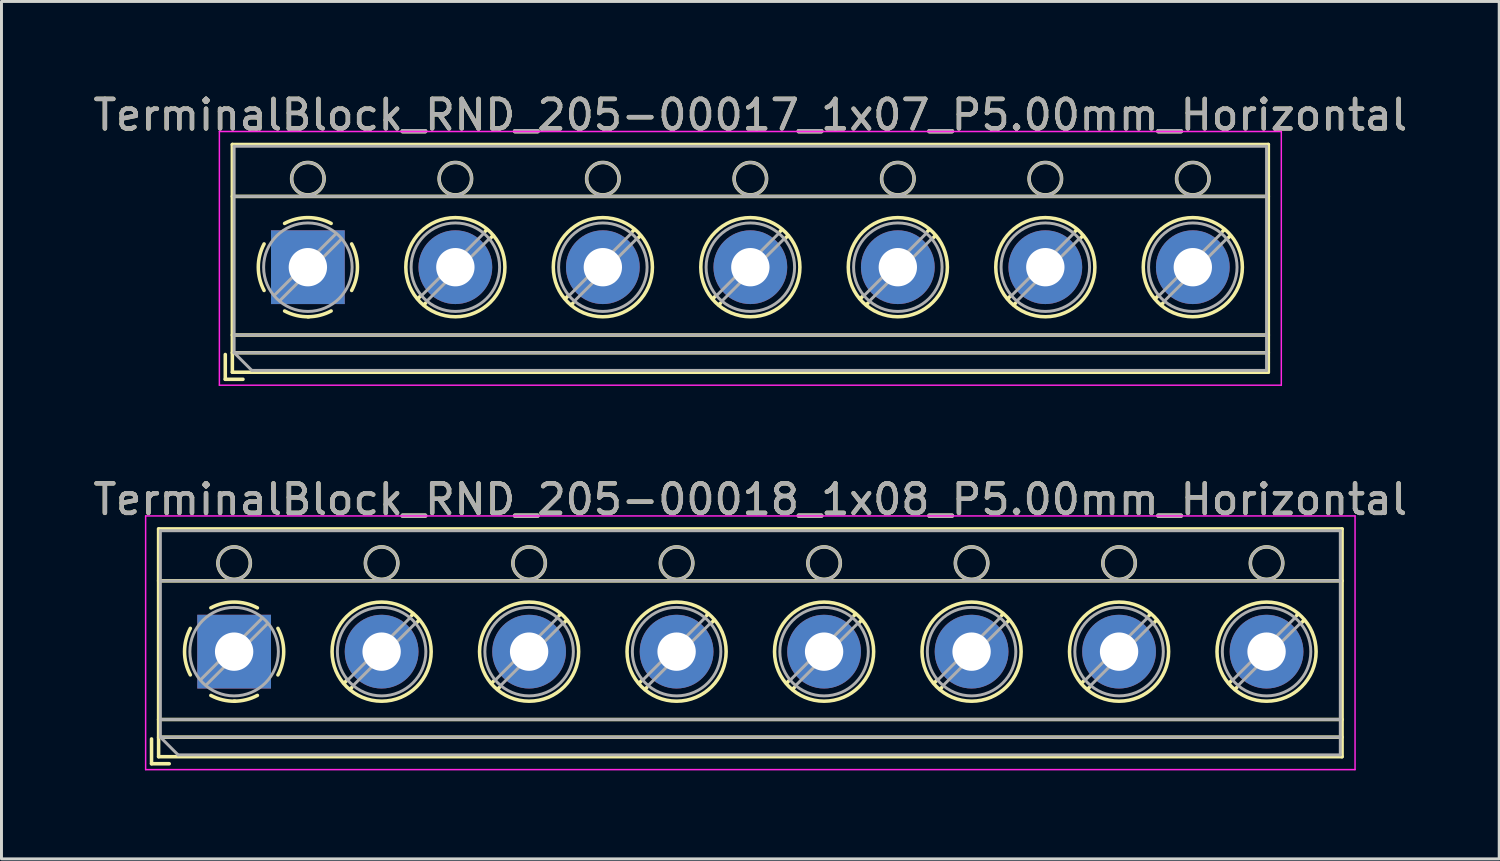
<source format=kicad_pcb>
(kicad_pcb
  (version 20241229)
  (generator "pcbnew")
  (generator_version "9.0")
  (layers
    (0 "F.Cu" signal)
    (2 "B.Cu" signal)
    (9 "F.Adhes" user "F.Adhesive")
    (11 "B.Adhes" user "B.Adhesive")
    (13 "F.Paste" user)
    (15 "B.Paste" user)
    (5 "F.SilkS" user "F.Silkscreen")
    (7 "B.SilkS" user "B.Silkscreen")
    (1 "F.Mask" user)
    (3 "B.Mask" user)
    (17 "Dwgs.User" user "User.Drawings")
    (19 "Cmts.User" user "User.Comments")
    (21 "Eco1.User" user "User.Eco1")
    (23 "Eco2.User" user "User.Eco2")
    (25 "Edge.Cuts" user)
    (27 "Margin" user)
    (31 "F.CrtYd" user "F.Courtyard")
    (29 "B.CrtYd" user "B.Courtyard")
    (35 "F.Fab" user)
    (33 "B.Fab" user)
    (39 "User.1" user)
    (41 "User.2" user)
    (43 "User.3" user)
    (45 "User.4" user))
  (footprint "TerminalBlock_RND_205-00018_1x08_P5.00mm_Horizontal"
    (layer "F.Cu")
    (at 4.887 19.041)
    (property "Reference" "TerminalBlock_RND_205-00018_1x08_P5.00mm_Horizontal" (at 17.5 -5.16 0) (layer "F.SilkS") (effects (font (size 1 1) (thickness 0.15))))
    (attr through_hole)
    (fp_line (start -2.8 2.96) (end -2.8 3.8) (stroke (width 0.12) (type solid)) (layer "F.SilkS"))
    (fp_line (start -2.8 3.8) (end -2.2 3.8) (stroke (width 0.12) (type solid)) (layer "F.SilkS"))
    (fp_line (start -2.56 -4.16) (end -2.56 3.561) (stroke (width 0.12) (type solid)) (layer "F.SilkS"))
    (fp_line (start -2.56 -4.16) (end 37.56 -4.16) (stroke (width 0.12) (type solid)) (layer "F.SilkS"))
    (fp_line (start -2.56 -2.4) (end 37.56 -2.4) (stroke (width 0.12) (type solid)) (layer "F.SilkS"))
    (fp_line (start -2.56 2.3) (end 37.56 2.3) (stroke (width 0.12) (type solid)) (layer "F.SilkS"))
    (fp_line (start -2.56 2.9) (end 37.56 2.9) (stroke (width 0.12) (type solid)) (layer "F.SilkS"))
    (fp_line (start -2.56 3.561) (end 37.56 3.561) (stroke (width 0.12) (type solid)) (layer "F.SilkS"))
    (fp_line (start 3.82 0.976) (end 3.726 1.069) (stroke (width 0.12) (type solid)) (layer "F.SilkS"))
    (fp_line (start 3.99 1.216) (end 3.931 1.274) (stroke (width 0.12) (type solid)) (layer "F.SilkS"))
    (fp_line (start 6.07 -1.275) (end 6.011 -1.216) (stroke (width 0.12) (type solid)) (layer "F.SilkS"))
    (fp_line (start 6.275 -1.069) (end 6.181 -0.976) (stroke (width 0.12) (type solid)) (layer "F.SilkS"))
    (fp_line (start 8.82 0.976) (end 8.726 1.069) (stroke (width 0.12) (type solid)) (layer "F.SilkS"))
    (fp_line (start 8.99 1.216) (end 8.931 1.274) (stroke (width 0.12) (type solid)) (layer "F.SilkS"))
    (fp_line (start 11.07 -1.275) (end 11.011 -1.216) (stroke (width 0.12) (type solid)) (layer "F.SilkS"))
    (fp_line (start 11.275 -1.069) (end 11.181 -0.976) (stroke (width 0.12) (type solid)) (layer "F.SilkS"))
    (fp_line (start 13.82 0.976) (end 13.726 1.069) (stroke (width 0.12) (type solid)) (layer "F.SilkS"))
    (fp_line (start 13.99 1.216) (end 13.931 1.274) (stroke (width 0.12) (type solid)) (layer "F.SilkS"))
    (fp_line (start 16.07 -1.275) (end 16.011 -1.216) (stroke (width 0.12) (type solid)) (layer "F.SilkS"))
    (fp_line (start 16.275 -1.069) (end 16.181 -0.976) (stroke (width 0.12) (type solid)) (layer "F.SilkS"))
    (fp_line (start 18.82 0.976) (end 18.726 1.069) (stroke (width 0.12) (type solid)) (layer "F.SilkS"))
    (fp_line (start 18.99 1.216) (end 18.931 1.274) (stroke (width 0.12) (type solid)) (layer "F.SilkS"))
    (fp_line (start 21.07 -1.275) (end 21.011 -1.216) (stroke (width 0.12) (type solid)) (layer "F.SilkS"))
    (fp_line (start 21.275 -1.069) (end 21.181 -0.976) (stroke (width 0.12) (type solid)) (layer "F.SilkS"))
    (fp_line (start 23.82 0.976) (end 23.726 1.069) (stroke (width 0.12) (type solid)) (layer "F.SilkS"))
    (fp_line (start 23.99 1.216) (end 23.931 1.274) (stroke (width 0.12) (type solid)) (layer "F.SilkS"))
    (fp_line (start 26.07 -1.275) (end 26.011 -1.216) (stroke (width 0.12) (type solid)) (layer "F.SilkS"))
    (fp_line (start 26.275 -1.069) (end 26.181 -0.976) (stroke (width 0.12) (type solid)) (layer "F.SilkS"))
    (fp_line (start 28.82 0.976) (end 28.726 1.069) (stroke (width 0.12) (type solid)) (layer "F.SilkS"))
    (fp_line (start 28.99 1.216) (end 28.931 1.274) (stroke (width 0.12) (type solid)) (layer "F.SilkS"))
    (fp_line (start 31.07 -1.275) (end 31.011 -1.216) (stroke (width 0.12) (type solid)) (layer "F.SilkS"))
    (fp_line (start 31.275 -1.069) (end 31.181 -0.976) (stroke (width 0.12) (type solid)) (layer "F.SilkS"))
    (fp_line (start 33.82 0.976) (end 33.726 1.069) (stroke (width 0.12) (type solid)) (layer "F.SilkS"))
    (fp_line (start 33.99 1.216) (end 33.931 1.274) (stroke (width 0.12) (type solid)) (layer "F.SilkS"))
    (fp_line (start 36.07 -1.275) (end 36.011 -1.216) (stroke (width 0.12) (type solid)) (layer "F.SilkS"))
    (fp_line (start 36.275 -1.069) (end 36.181 -0.976) (stroke (width 0.12) (type solid)) (layer "F.SilkS"))
    (fp_line (start 37.56 -4.16) (end 37.56 3.561) (stroke (width 0.12) (type solid)) (layer "F.SilkS"))
    (fp_arc (start -1.483953 0.789089) (mid -1.680708 0.00005) (end -1.484 -0.789) (stroke (width 0.12) (type solid)) (layer "F.SilkS"))
    (fp_arc (start -0.789089 -1.483953) (mid -0.00005 -1.680708) (end 0.789 -1.484) (stroke (width 0.12) (type solid)) (layer "F.SilkS"))
    (fp_arc (start 0.029383 1.68045) (mid -0.392304 1.634281) (end -0.789 1.484) (stroke (width 0.12) (type solid)) (layer "F.SilkS"))
    (fp_arc (start 0.788712 1.483352) (mid 0.406429 1.630097) (end 0 1.68) (stroke (width 0.12) (type solid)) (layer "F.SilkS"))
    (fp_arc (start 1.483953 -0.789089) (mid 1.680708 -0.00005) (end 1.484 0.789) (stroke (width 0.12) (type solid)) (layer "F.SilkS"))
    (fp_circle (center 0 -3) (end 0.55 -3) (stroke (width 0.12) (type solid)) (fill no) (layer "F.SilkS"))
    (fp_circle (center 5 -3) (end 5.55 -3) (stroke (width 0.12) (type solid)) (fill no) (layer "F.SilkS"))
    (fp_circle (center 5 0) (end 6.68 0) (stroke (width 0.12) (type solid)) (fill no) (layer "F.SilkS"))
    (fp_circle (center 10 -3) (end 10.55 -3) (stroke (width 0.12) (type solid)) (fill no) (layer "F.SilkS"))
    (fp_circle (center 10 0) (end 11.68 0) (stroke (width 0.12) (type solid)) (fill no) (layer "F.SilkS"))
    (fp_circle (center 15 -3) (end 15.55 -3) (stroke (width 0.12) (type solid)) (fill no) (layer "F.SilkS"))
    (fp_circle (center 15 0) (end 16.68 0) (stroke (width 0.12) (type solid)) (fill no) (layer "F.SilkS"))
    (fp_circle (center 20 -3) (end 20.55 -3) (stroke (width 0.12) (type solid)) (fill no) (layer "F.SilkS"))
    (fp_circle (center 20 0) (end 21.68 0) (stroke (width 0.12) (type solid)) (fill no) (layer "F.SilkS"))
    (fp_circle (center 25 -3) (end 25.55 -3) (stroke (width 0.12) (type solid)) (fill no) (layer "F.SilkS"))
    (fp_circle (center 25 0) (end 26.68 0) (stroke (width 0.12) (type solid)) (fill no) (layer "F.SilkS"))
    (fp_circle (center 30 -3) (end 30.55 -3) (stroke (width 0.12) (type solid)) (fill no) (layer "F.SilkS"))
    (fp_circle (center 30 0) (end 31.68 0) (stroke (width 0.12) (type solid)) (fill no) (layer "F.SilkS"))
    (fp_circle (center 35 -3) (end 35.55 -3) (stroke (width 0.12) (type solid)) (fill no) (layer "F.SilkS"))
    (fp_circle (center 35 0) (end 36.68 0) (stroke (width 0.12) (type solid)) (fill no) (layer "F.SilkS"))
    (fp_line (start -3 -4.6) (end -3 4) (stroke (width 0.05) (type solid)) (layer "F.CrtYd"))
    (fp_line (start -3 4) (end 38 4) (stroke (width 0.05) (type solid)) (layer "F.CrtYd"))
    (fp_line (start 38 -4.6) (end -3 -4.6) (stroke (width 0.05) (type solid)) (layer "F.CrtYd"))
    (fp_line (start 38 4) (end 38 -4.6) (stroke (width 0.05) (type solid)) (layer "F.CrtYd"))
    (fp_line (start -2.5 -4.1) (end 37.5 -4.1) (stroke (width 0.1) (type solid)) (layer "F.Fab"))
    (fp_line (start -2.5 -2.4) (end 37.5 -2.4) (stroke (width 0.1) (type solid)) (layer "F.Fab"))
    (fp_line (start -2.5 2.3) (end 37.5 2.3) (stroke (width 0.1) (type solid)) (layer "F.Fab"))
    (fp_line (start -2.5 2.9) (end -2.5 -4.1) (stroke (width 0.1) (type solid)) (layer "F.Fab"))
    (fp_line (start -2.5 2.9) (end 37.5 2.9) (stroke (width 0.1) (type solid)) (layer "F.Fab"))
    (fp_line (start -1.9 3.5) (end -2.5 2.9) (stroke (width 0.1) (type solid)) (layer "F.Fab"))
    (fp_line (start 0.955 -1.138) (end -1.138 0.955) (stroke (width 0.1) (type solid)) (layer "F.Fab"))
    (fp_line (start 1.138 -0.955) (end -0.955 1.138) (stroke (width 0.1) (type solid)) (layer "F.Fab"))
    (fp_line (start 5.955 -1.138) (end 3.863 0.955) (stroke (width 0.1) (type solid)) (layer "F.Fab"))
    (fp_line (start 6.138 -0.955) (end 4.046 1.138) (stroke (width 0.1) (type solid)) (layer "F.Fab"))
    (fp_line (start 10.955 -1.138) (end 8.863 0.955) (stroke (width 0.1) (type solid)) (layer "F.Fab"))
    (fp_line (start 11.138 -0.955) (end 9.046 1.138) (stroke (width 0.1) (type solid)) (layer "F.Fab"))
    (fp_line (start 15.955 -1.138) (end 13.863 0.955) (stroke (width 0.1) (type solid)) (layer "F.Fab"))
    (fp_line (start 16.138 -0.955) (end 14.046 1.138) (stroke (width 0.1) (type solid)) (layer "F.Fab"))
    (fp_line (start 20.955 -1.138) (end 18.863 0.955) (stroke (width 0.1) (type solid)) (layer "F.Fab"))
    (fp_line (start 21.138 -0.955) (end 19.046 1.138) (stroke (width 0.1) (type solid)) (layer "F.Fab"))
    (fp_line (start 25.955 -1.138) (end 23.863 0.955) (stroke (width 0.1) (type solid)) (layer "F.Fab"))
    (fp_line (start 26.138 -0.955) (end 24.046 1.138) (stroke (width 0.1) (type solid)) (layer "F.Fab"))
    (fp_line (start 30.955 -1.138) (end 28.863 0.955) (stroke (width 0.1) (type solid)) (layer "F.Fab"))
    (fp_line (start 31.138 -0.955) (end 29.046 1.138) (stroke (width 0.1) (type solid)) (layer "F.Fab"))
    (fp_line (start 35.955 -1.138) (end 33.863 0.955) (stroke (width 0.1) (type solid)) (layer "F.Fab"))
    (fp_line (start 36.138 -0.955) (end 34.046 1.138) (stroke (width 0.1) (type solid)) (layer "F.Fab"))
    (fp_line (start 37.5 -4.1) (end 37.5 3.5) (stroke (width 0.1) (type solid)) (layer "F.Fab"))
    (fp_line (start 37.5 3.5) (end -1.9 3.5) (stroke (width 0.1) (type solid)) (layer "F.Fab"))
    (fp_circle (center 0 -3) (end 0.55 -3) (stroke (width 0.1) (type solid)) (fill no) (layer "F.Fab"))
    (fp_circle (center 0 0) (end 1.5 0) (stroke (width 0.1) (type solid)) (fill no) (layer "F.Fab"))
    (fp_circle (center 5 -3) (end 5.55 -3) (stroke (width 0.1) (type solid)) (fill no) (layer "F.Fab"))
    (fp_circle (center 5 0) (end 6.5 0) (stroke (width 0.1) (type solid)) (fill no) (layer "F.Fab"))
    (fp_circle (center 10 -3) (end 10.55 -3) (stroke (width 0.1) (type solid)) (fill no) (layer "F.Fab"))
    (fp_circle (center 10 0) (end 11.5 0) (stroke (width 0.1) (type solid)) (fill no) (layer "F.Fab"))
    (fp_circle (center 15 -3) (end 15.55 -3) (stroke (width 0.1) (type solid)) (fill no) (layer "F.Fab"))
    (fp_circle (center 15 0) (end 16.5 0) (stroke (width 0.1) (type solid)) (fill no) (layer "F.Fab"))
    (fp_circle (center 20 -3) (end 20.55 -3) (stroke (width 0.1) (type solid)) (fill no) (layer "F.Fab"))
    (fp_circle (center 20 0) (end 21.5 0) (stroke (width 0.1) (type solid)) (fill no) (layer "F.Fab"))
    (fp_circle (center 25 -3) (end 25.55 -3) (stroke (width 0.1) (type solid)) (fill no) (layer "F.Fab"))
    (fp_circle (center 25 0) (end 26.5 0) (stroke (width 0.1) (type solid)) (fill no) (layer "F.Fab"))
    (fp_circle (center 30 -3) (end 30.55 -3) (stroke (width 0.1) (type solid)) (fill no) (layer "F.Fab"))
    (fp_circle (center 30 0) (end 31.5 0) (stroke (width 0.1) (type solid)) (fill no) (layer "F.Fab"))
    (fp_circle (center 35 -3) (end 35.55 -3) (stroke (width 0.1) (type solid)) (fill no) (layer "F.Fab"))
    (fp_circle (center 35 0) (end 36.5 0) (stroke (width 0.1) (type solid)) (fill no) (layer "F.Fab"))
    (fp_text user "${REFERENCE}" (at 17.5 -5.16 0) (layer "F.Fab") (effects (font (size 1 1) (thickness 0.15))))
    (pad "1" thru_hole rect (at 0 0) (size 2.5 2.5) (drill 1.3) (layers "*.Cu" "*.Mask"))
    (pad "2" thru_hole circle (at 5 0) (size 2.5 2.5) (drill 1.3) (layers "*.Cu" "*.Mask"))
    (pad "3" thru_hole circle (at 10 0) (size 2.5 2.5) (drill 1.3) (layers "*.Cu" "*.Mask"))
    (pad "4" thru_hole circle (at 15 0) (size 2.5 2.5) (drill 1.3) (layers "*.Cu" "*.Mask"))
    (pad "5" thru_hole circle (at 20 0) (size 2.5 2.5) (drill 1.3) (layers "*.Cu" "*.Mask"))
    (pad "6" thru_hole circle (at 25 0) (size 2.5 2.5) (drill 1.3) (layers "*.Cu" "*.Mask"))
    (pad "7" thru_hole circle (at 30 0) (size 2.5 2.5) (drill 1.3) (layers "*.Cu" "*.Mask"))
    (pad "8" thru_hole circle (at 35 0) (size 2.5 2.5) (drill 1.3) (layers "*.Cu" "*.Mask")))
  (footprint "TerminalBlock_RND_205-00017_1x07_P5.00mm_Horizontal"
    (layer "F.Cu")
    (at 7.387 6.008)
    (property "Reference" "TerminalBlock_RND_205-00017_1x07_P5.00mm_Horizontal" (at 15 -5.16 0) (layer "F.SilkS") (effects (font (size 1 1) (thickness 0.15))))
    (attr through_hole)
    (fp_line (start -2.8 2.96) (end -2.8 3.8) (stroke (width 0.12) (type solid)) (layer "F.SilkS"))
    (fp_line (start -2.8 3.8) (end -2.2 3.8) (stroke (width 0.12) (type solid)) (layer "F.SilkS"))
    (fp_line (start -2.56 -4.16) (end -2.56 3.561) (stroke (width 0.12) (type solid)) (layer "F.SilkS"))
    (fp_line (start -2.56 -4.16) (end 32.56 -4.16) (stroke (width 0.12) (type solid)) (layer "F.SilkS"))
    (fp_line (start -2.56 -2.4) (end 32.56 -2.4) (stroke (width 0.12) (type solid)) (layer "F.SilkS"))
    (fp_line (start -2.56 2.3) (end 32.56 2.3) (stroke (width 0.12) (type solid)) (layer "F.SilkS"))
    (fp_line (start -2.56 2.9) (end 32.56 2.9) (stroke (width 0.12) (type solid)) (layer "F.SilkS"))
    (fp_line (start -2.56 3.561) (end 32.56 3.561) (stroke (width 0.12) (type solid)) (layer "F.SilkS"))
    (fp_line (start 3.82 0.976) (end 3.726 1.069) (stroke (width 0.12) (type solid)) (layer "F.SilkS"))
    (fp_line (start 3.99 1.216) (end 3.931 1.274) (stroke (width 0.12) (type solid)) (layer "F.SilkS"))
    (fp_line (start 6.07 -1.275) (end 6.011 -1.216) (stroke (width 0.12) (type solid)) (layer "F.SilkS"))
    (fp_line (start 6.275 -1.069) (end 6.181 -0.976) (stroke (width 0.12) (type solid)) (layer "F.SilkS"))
    (fp_line (start 8.82 0.976) (end 8.726 1.069) (stroke (width 0.12) (type solid)) (layer "F.SilkS"))
    (fp_line (start 8.99 1.216) (end 8.931 1.274) (stroke (width 0.12) (type solid)) (layer "F.SilkS"))
    (fp_line (start 11.07 -1.275) (end 11.011 -1.216) (stroke (width 0.12) (type solid)) (layer "F.SilkS"))
    (fp_line (start 11.275 -1.069) (end 11.181 -0.976) (stroke (width 0.12) (type solid)) (layer "F.SilkS"))
    (fp_line (start 13.82 0.976) (end 13.726 1.069) (stroke (width 0.12) (type solid)) (layer "F.SilkS"))
    (fp_line (start 13.99 1.216) (end 13.931 1.274) (stroke (width 0.12) (type solid)) (layer "F.SilkS"))
    (fp_line (start 16.07 -1.275) (end 16.011 -1.216) (stroke (width 0.12) (type solid)) (layer "F.SilkS"))
    (fp_line (start 16.275 -1.069) (end 16.181 -0.976) (stroke (width 0.12) (type solid)) (layer "F.SilkS"))
    (fp_line (start 18.82 0.976) (end 18.726 1.069) (stroke (width 0.12) (type solid)) (layer "F.SilkS"))
    (fp_line (start 18.99 1.216) (end 18.931 1.274) (stroke (width 0.12) (type solid)) (layer "F.SilkS"))
    (fp_line (start 21.07 -1.275) (end 21.011 -1.216) (stroke (width 0.12) (type solid)) (layer "F.SilkS"))
    (fp_line (start 21.275 -1.069) (end 21.181 -0.976) (stroke (width 0.12) (type solid)) (layer "F.SilkS"))
    (fp_line (start 23.82 0.976) (end 23.726 1.069) (stroke (width 0.12) (type solid)) (layer "F.SilkS"))
    (fp_line (start 23.99 1.216) (end 23.931 1.274) (stroke (width 0.12) (type solid)) (layer "F.SilkS"))
    (fp_line (start 26.07 -1.275) (end 26.011 -1.216) (stroke (width 0.12) (type solid)) (layer "F.SilkS"))
    (fp_line (start 26.275 -1.069) (end 26.181 -0.976) (stroke (width 0.12) (type solid)) (layer "F.SilkS"))
    (fp_line (start 28.82 0.976) (end 28.726 1.069) (stroke (width 0.12) (type solid)) (layer "F.SilkS"))
    (fp_line (start 28.99 1.216) (end 28.931 1.274) (stroke (width 0.12) (type solid)) (layer "F.SilkS"))
    (fp_line (start 31.07 -1.275) (end 31.011 -1.216) (stroke (width 0.12) (type solid)) (layer "F.SilkS"))
    (fp_line (start 31.275 -1.069) (end 31.181 -0.976) (stroke (width 0.12) (type solid)) (layer "F.SilkS"))
    (fp_line (start 32.56 -4.16) (end 32.56 3.561) (stroke (width 0.12) (type solid)) (layer "F.SilkS"))
    (fp_arc (start -1.483953 0.789089) (mid -1.680708 0.00005) (end -1.484 -0.789) (stroke (width 0.12) (type solid)) (layer "F.SilkS"))
    (fp_arc (start -0.789089 -1.483953) (mid -0.00005 -1.680708) (end 0.789 -1.484) (stroke (width 0.12) (type solid)) (layer "F.SilkS"))
    (fp_arc (start 0.029383 1.68045) (mid -0.392304 1.634281) (end -0.789 1.484) (stroke (width 0.12) (type solid)) (layer "F.SilkS"))
    (fp_arc (start 0.788712 1.483352) (mid 0.406429 1.630097) (end 0 1.68) (stroke (width 0.12) (type solid)) (layer "F.SilkS"))
    (fp_arc (start 1.483953 -0.789089) (mid 1.680708 -0.00005) (end 1.484 0.789) (stroke (width 0.12) (type solid)) (layer "F.SilkS"))
    (fp_circle (center 0 -3) (end 0.55 -3) (stroke (width 0.12) (type solid)) (fill no) (layer "F.SilkS"))
    (fp_circle (center 5 -3) (end 5.55 -3) (stroke (width 0.12) (type solid)) (fill no) (layer "F.SilkS"))
    (fp_circle (center 5 0) (end 6.68 0) (stroke (width 0.12) (type solid)) (fill no) (layer "F.SilkS"))
    (fp_circle (center 10 -3) (end 10.55 -3) (stroke (width 0.12) (type solid)) (fill no) (layer "F.SilkS"))
    (fp_circle (center 10 0) (end 11.68 0) (stroke (width 0.12) (type solid)) (fill no) (layer "F.SilkS"))
    (fp_circle (center 15 -3) (end 15.55 -3) (stroke (width 0.12) (type solid)) (fill no) (layer "F.SilkS"))
    (fp_circle (center 15 0) (end 16.68 0) (stroke (width 0.12) (type solid)) (fill no) (layer "F.SilkS"))
    (fp_circle (center 20 -3) (end 20.55 -3) (stroke (width 0.12) (type solid)) (fill no) (layer "F.SilkS"))
    (fp_circle (center 20 0) (end 21.68 0) (stroke (width 0.12) (type solid)) (fill no) (layer "F.SilkS"))
    (fp_circle (center 25 -3) (end 25.55 -3) (stroke (width 0.12) (type solid)) (fill no) (layer "F.SilkS"))
    (fp_circle (center 25 0) (end 26.68 0) (stroke (width 0.12) (type solid)) (fill no) (layer "F.SilkS"))
    (fp_circle (center 30 -3) (end 30.55 -3) (stroke (width 0.12) (type solid)) (fill no) (layer "F.SilkS"))
    (fp_circle (center 30 0) (end 31.68 0) (stroke (width 0.12) (type solid)) (fill no) (layer "F.SilkS"))
    (fp_line (start -3 -4.6) (end -3 4) (stroke (width 0.05) (type solid)) (layer "F.CrtYd"))
    (fp_line (start -3 4) (end 33 4) (stroke (width 0.05) (type solid)) (layer "F.CrtYd"))
    (fp_line (start 33 -4.6) (end -3 -4.6) (stroke (width 0.05) (type solid)) (layer "F.CrtYd"))
    (fp_line (start 33 4) (end 33 -4.6) (stroke (width 0.05) (type solid)) (layer "F.CrtYd"))
    (fp_line (start -2.5 -4.1) (end 32.5 -4.1) (stroke (width 0.1) (type solid)) (layer "F.Fab"))
    (fp_line (start -2.5 -2.4) (end 32.5 -2.4) (stroke (width 0.1) (type solid)) (layer "F.Fab"))
    (fp_line (start -2.5 2.3) (end 32.5 2.3) (stroke (width 0.1) (type solid)) (layer "F.Fab"))
    (fp_line (start -2.5 2.9) (end -2.5 -4.1) (stroke (width 0.1) (type solid)) (layer "F.Fab"))
    (fp_line (start -2.5 2.9) (end 32.5 2.9) (stroke (width 0.1) (type solid)) (layer "F.Fab"))
    (fp_line (start -1.9 3.5) (end -2.5 2.9) (stroke (width 0.1) (type solid)) (layer "F.Fab"))
    (fp_line (start 0.955 -1.138) (end -1.138 0.955) (stroke (width 0.1) (type solid)) (layer "F.Fab"))
    (fp_line (start 1.138 -0.955) (end -0.955 1.138) (stroke (width 0.1) (type solid)) (layer "F.Fab"))
    (fp_line (start 5.955 -1.138) (end 3.863 0.955) (stroke (width 0.1) (type solid)) (layer "F.Fab"))
    (fp_line (start 6.138 -0.955) (end 4.046 1.138) (stroke (width 0.1) (type solid)) (layer "F.Fab"))
    (fp_line (start 10.955 -1.138) (end 8.863 0.955) (stroke (width 0.1) (type solid)) (layer "F.Fab"))
    (fp_line (start 11.138 -0.955) (end 9.046 1.138) (stroke (width 0.1) (type solid)) (layer "F.Fab"))
    (fp_line (start 15.955 -1.138) (end 13.863 0.955) (stroke (width 0.1) (type solid)) (layer "F.Fab"))
    (fp_line (start 16.138 -0.955) (end 14.046 1.138) (stroke (width 0.1) (type solid)) (layer "F.Fab"))
    (fp_line (start 20.955 -1.138) (end 18.863 0.955) (stroke (width 0.1) (type solid)) (layer "F.Fab"))
    (fp_line (start 21.138 -0.955) (end 19.046 1.138) (stroke (width 0.1) (type solid)) (layer "F.Fab"))
    (fp_line (start 25.955 -1.138) (end 23.863 0.955) (stroke (width 0.1) (type solid)) (layer "F.Fab"))
    (fp_line (start 26.138 -0.955) (end 24.046 1.138) (stroke (width 0.1) (type solid)) (layer "F.Fab"))
    (fp_line (start 30.955 -1.138) (end 28.863 0.955) (stroke (width 0.1) (type solid)) (layer "F.Fab"))
    (fp_line (start 31.138 -0.955) (end 29.046 1.138) (stroke (width 0.1) (type solid)) (layer "F.Fab"))
    (fp_line (start 32.5 -4.1) (end 32.5 3.5) (stroke (width 0.1) (type solid)) (layer "F.Fab"))
    (fp_line (start 32.5 3.5) (end -1.9 3.5) (stroke (width 0.1) (type solid)) (layer "F.Fab"))
    (fp_circle (center 0 -3) (end 0.55 -3) (stroke (width 0.1) (type solid)) (fill no) (layer "F.Fab"))
    (fp_circle (center 0 0) (end 1.5 0) (stroke (width 0.1) (type solid)) (fill no) (layer "F.Fab"))
    (fp_circle (center 5 -3) (end 5.55 -3) (stroke (width 0.1) (type solid)) (fill no) (layer "F.Fab"))
    (fp_circle (center 5 0) (end 6.5 0) (stroke (width 0.1) (type solid)) (fill no) (layer "F.Fab"))
    (fp_circle (center 10 -3) (end 10.55 -3) (stroke (width 0.1) (type solid)) (fill no) (layer "F.Fab"))
    (fp_circle (center 10 0) (end 11.5 0) (stroke (width 0.1) (type solid)) (fill no) (layer "F.Fab"))
    (fp_circle (center 15 -3) (end 15.55 -3) (stroke (width 0.1) (type solid)) (fill no) (layer "F.Fab"))
    (fp_circle (center 15 0) (end 16.5 0) (stroke (width 0.1) (type solid)) (fill no) (layer "F.Fab"))
    (fp_circle (center 20 -3) (end 20.55 -3) (stroke (width 0.1) (type solid)) (fill no) (layer "F.Fab"))
    (fp_circle (center 20 0) (end 21.5 0) (stroke (width 0.1) (type solid)) (fill no) (layer "F.Fab"))
    (fp_circle (center 25 -3) (end 25.55 -3) (stroke (width 0.1) (type solid)) (fill no) (layer "F.Fab"))
    (fp_circle (center 25 0) (end 26.5 0) (stroke (width 0.1) (type solid)) (fill no) (layer "F.Fab"))
    (fp_circle (center 30 -3) (end 30.55 -3) (stroke (width 0.1) (type solid)) (fill no) (layer "F.Fab"))
    (fp_circle (center 30 0) (end 31.5 0) (stroke (width 0.1) (type solid)) (fill no) (layer "F.Fab"))
    (fp_text user "${REFERENCE}" (at 15 -5.16 0) (layer "F.Fab") (effects (font (size 1 1) (thickness 0.15))))
    (pad "1" thru_hole rect (at 0 0) (size 2.5 2.5) (drill 1.3) (layers "*.Cu" "*.Mask"))
    (pad "2" thru_hole circle (at 5 0) (size 2.5 2.5) (drill 1.3) (layers "*.Cu" "*.Mask"))
    (pad "3" thru_hole circle (at 10 0) (size 2.5 2.5) (drill 1.3) (layers "*.Cu" "*.Mask"))
    (pad "4" thru_hole circle (at 15 0) (size 2.5 2.5) (drill 1.3) (layers "*.Cu" "*.Mask"))
    (pad "5" thru_hole circle (at 20 0) (size 2.5 2.5) (drill 1.3) (layers "*.Cu" "*.Mask"))
    (pad "6" thru_hole circle (at 25 0) (size 2.5 2.5) (drill 1.3) (layers "*.Cu" "*.Mask"))
    (pad "7" thru_hole circle (at 30 0) (size 2.5 2.5) (drill 1.3) (layers "*.Cu" "*.Mask")))
  (gr_rect
    (start -3 -3)
    (end 47.774 26.067)
    (stroke (width 0.1) (type default))
    (fill no)
    (layer "Edge.Cuts")))
</source>
